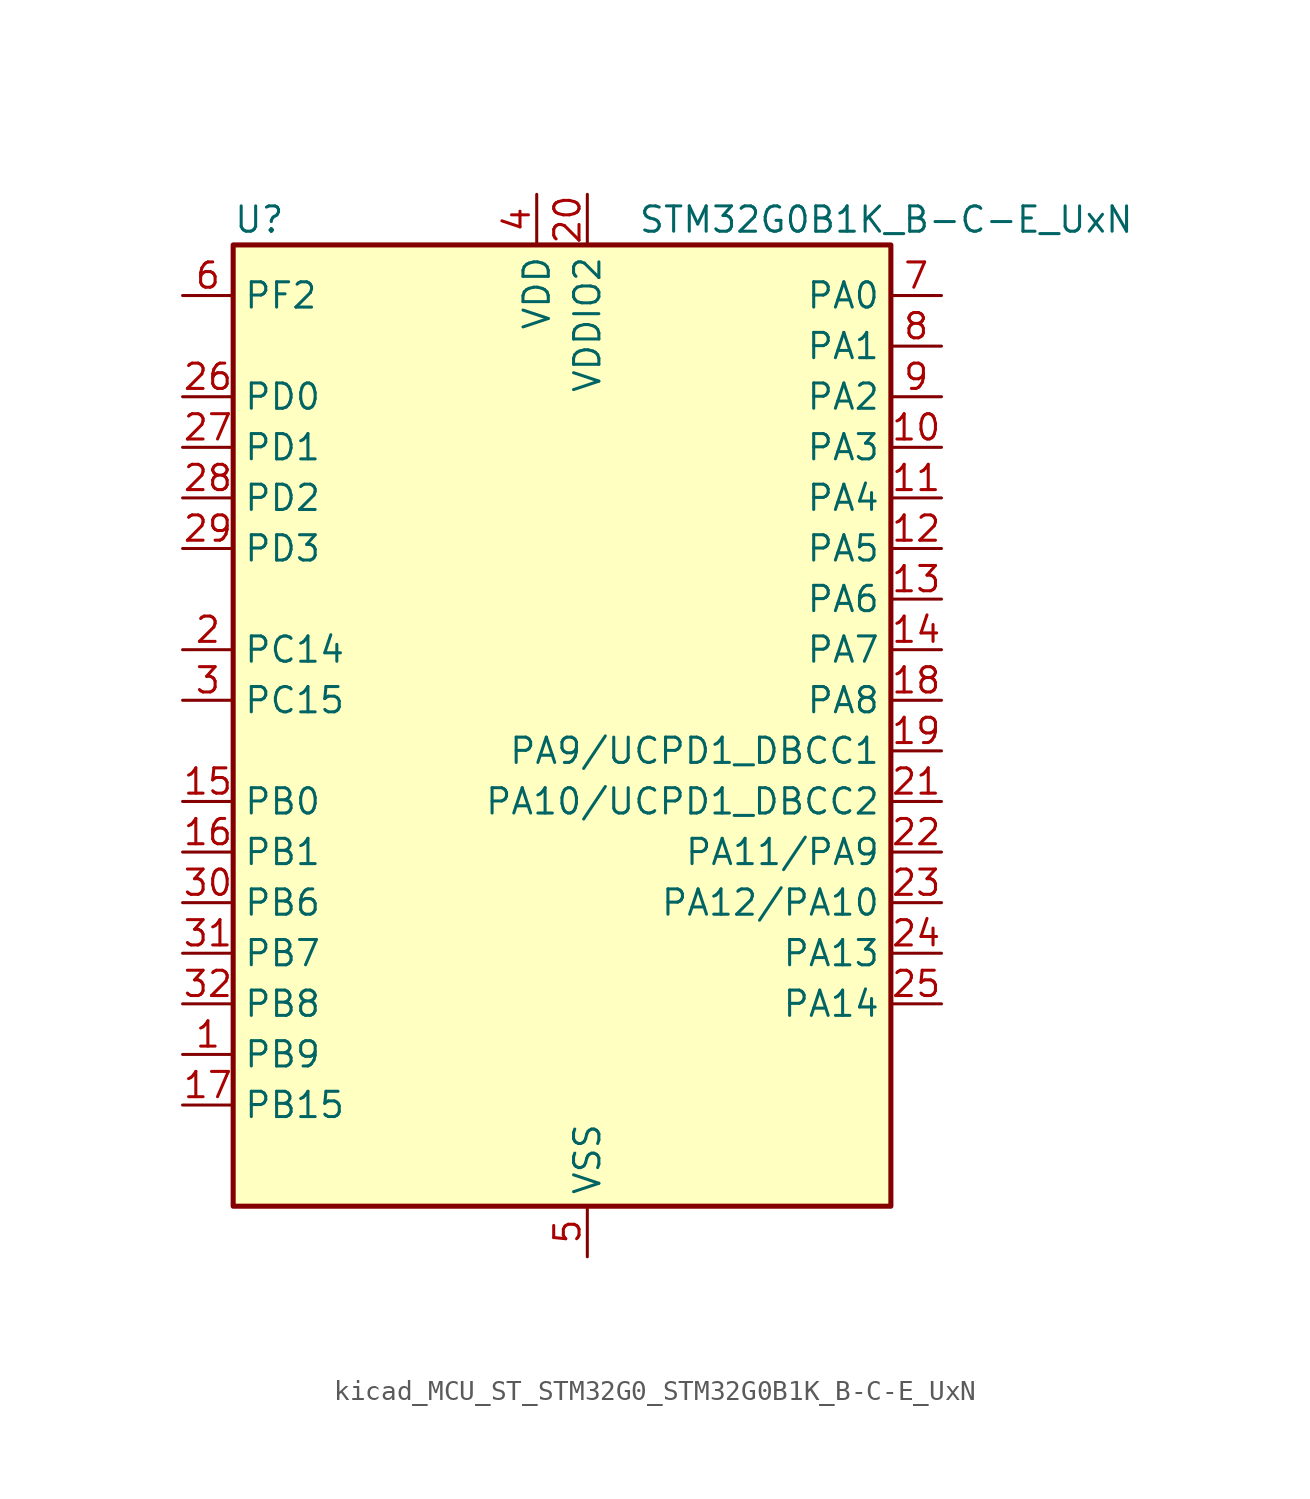
<source format=kicad_sym>
(kicad_symbol_lib
  (version 20220914)
  (generator kicad_symbol_editor)
  (symbol "kicad_MCU_ST_STM32G0_STM32G0B1K_B-C-E_UxN"
    (property "Reference" "U"
      (at -15.24 26.67 0)
      (effects (font (size 1.27 1.27)) (justify left)))
    (property "Value" "STM32G0B1K_B-C-E_UxN"
      (at 5.08 26.67 0)
      (effects (font (size 1.27 1.27)) (justify left)))
    (property "ki_locked" ""
      (at 0 0 0)
      (effects (font (size 1.27 1.27))))
    (symbol "kicad_MCU_ST_STM32G0_STM32G0B1K_B-C-E_UxN_0_1"
      (rectangle (start -15.24 -22.86) (end 17.78 25.4) (stroke (width 0.254) (type default)) (fill (type background))))
    (symbol "kicad_MCU_ST_STM32G0_STM32G0B1K_B-C-E_UxN_1_1"
      (pin bidirectional line (at -17.78 -15.24 0) (length 2.54) (name "PB9" (effects (font (size 1.27 1.27)))) (number "1" (effects (font (size 1.27 1.27)))) (alternate "DAC1_EXTI9" bidirectional line) (alternate "FDCAN1_TX" bidirectional line) (alternate "I2C1_SDA" bidirectional line) (alternate "I2S2_WS" bidirectional line) (alternate "IR_OUT" bidirectional line) (alternate "SPI2_NSS" bidirectional line) (alternate "TIM17_CH1" bidirectional line) (alternate "TIM4_CH4" bidirectional line) (alternate "UCPD2_FRSTX1" bidirectional line) (alternate "UCPD2_FRSTX2" bidirectional line) (alternate "USART3_RX" bidirectional line) (alternate "USART6_RX" bidirectional line))
      (pin bidirectional line (at 20.32 15.24 180) (length 2.54) (name "PA3" (effects (font (size 1.27 1.27)))) (number "10" (effects (font (size 1.27 1.27)))) (alternate "ADC1_IN3" bidirectional line) (alternate "COMP2_INP" bidirectional line) (alternate "I2S2_MCK" bidirectional line) (alternate "LPUART1_RX" bidirectional line) (alternate "SPI2_MISO" bidirectional line) (alternate "TIM15_CH2" bidirectional line) (alternate "TIM2_CH4" bidirectional line) (alternate "UCPD2_FRSTX1" bidirectional line) (alternate "UCPD2_FRSTX2" bidirectional line) (alternate "USART2_RX" bidirectional line))
      (pin bidirectional line (at 20.32 12.7 180) (length 2.54) (name "PA4" (effects (font (size 1.27 1.27)))) (number "11" (effects (font (size 1.27 1.27)))) (alternate "ADC1_IN4" bidirectional line) (alternate "DAC1_OUT1" bidirectional line) (alternate "I2S1_WS" bidirectional line) (alternate "I2S2_SD" bidirectional line) (alternate "LPTIM2_OUT" bidirectional line) (alternate "RTC_OUT1" bidirectional line) (alternate "RTC_TAMP_IN1" bidirectional line) (alternate "RTC_TS" bidirectional line) (alternate "SPI1_NSS" bidirectional line) (alternate "SPI2_MOSI" bidirectional line) (alternate "SYS_WKUP2" bidirectional line) (alternate "TIM14_CH1" bidirectional line) (alternate "UCPD2_FRSTX1" bidirectional line) (alternate "UCPD2_FRSTX2" bidirectional line) (alternate "USART6_TX" bidirectional line) (alternate "USB_NOE" bidirectional line))
      (pin bidirectional line (at 20.32 10.16 180) (length 2.54) (name "PA5" (effects (font (size 1.27 1.27)))) (number "12" (effects (font (size 1.27 1.27)))) (alternate "ADC1_IN5" bidirectional line) (alternate "CEC" bidirectional line) (alternate "DAC1_OUT2" bidirectional line) (alternate "I2S1_CK" bidirectional line) (alternate "LPTIM2_ETR" bidirectional line) (alternate "SPI1_SCK" bidirectional line) (alternate "TIM2_CH1" bidirectional line) (alternate "TIM2_ETR" bidirectional line) (alternate "UCPD1_FRSTX1" bidirectional line) (alternate "UCPD1_FRSTX2" bidirectional line) (alternate "USART3_TX" bidirectional line) (alternate "USART6_RX" bidirectional line))
      (pin bidirectional line (at 20.32 7.62 180) (length 2.54) (name "PA6" (effects (font (size 1.27 1.27)))) (number "13" (effects (font (size 1.27 1.27)))) (alternate "ADC1_IN6" bidirectional line) (alternate "COMP1_OUT" bidirectional line) (alternate "I2C2_SDA" bidirectional line) (alternate "I2C3_SDA" bidirectional line) (alternate "I2S1_MCK" bidirectional line) (alternate "LPUART1_CTS" bidirectional line) (alternate "SPI1_MISO" bidirectional line) (alternate "TIM16_CH1" bidirectional line) (alternate "TIM1_BK" bidirectional line) (alternate "TIM3_CH1" bidirectional line) (alternate "USART3_CTS" bidirectional line) (alternate "USART3_NSS" bidirectional line) (alternate "USART6_CTS" bidirectional line) (alternate "USART6_NSS" bidirectional line))
      (pin bidirectional line (at 20.32 5.08 180) (length 2.54) (name "PA7" (effects (font (size 1.27 1.27)))) (number "14" (effects (font (size 1.27 1.27)))) (alternate "ADC1_IN7" bidirectional line) (alternate "COMP2_OUT" bidirectional line) (alternate "I2C2_SCL" bidirectional line) (alternate "I2C3_SCL" bidirectional line) (alternate "I2S1_SD" bidirectional line) (alternate "SPI1_MOSI" bidirectional line) (alternate "TIM14_CH1" bidirectional line) (alternate "TIM17_CH1" bidirectional line) (alternate "TIM1_CH1N" bidirectional line) (alternate "TIM3_CH2" bidirectional line) (alternate "UCPD1_FRSTX1" bidirectional line) (alternate "UCPD1_FRSTX2" bidirectional line) (alternate "USART6_CK" bidirectional line) (alternate "USART6_DE" bidirectional line) (alternate "USART6_RTS" bidirectional line))
      (pin bidirectional line (at -17.78 -2.54 0) (length 2.54) (name "PB0" (effects (font (size 1.27 1.27)))) (number "15" (effects (font (size 1.27 1.27)))) (alternate "ADC1_IN8" bidirectional line) (alternate "COMP1_OUT" bidirectional line) (alternate "COMP3_INP" bidirectional line) (alternate "FDCAN2_RX" bidirectional line) (alternate "I2S1_WS" bidirectional line) (alternate "LPTIM1_OUT" bidirectional line) (alternate "LPUART2_CTS" bidirectional line) (alternate "SPI1_NSS" bidirectional line) (alternate "TIM1_CH2N" bidirectional line) (alternate "TIM3_CH3" bidirectional line) (alternate "UCPD1_FRSTX1" bidirectional line) (alternate "UCPD1_FRSTX2" bidirectional line) (alternate "USART3_RX" bidirectional line) (alternate "USART5_TX" bidirectional line))
      (pin bidirectional line (at -17.78 -5.08 0) (length 2.54) (name "PB1" (effects (font (size 1.27 1.27)))) (number "16" (effects (font (size 1.27 1.27)))) (alternate "ADC1_IN9" bidirectional line) (alternate "COMP1_INM" bidirectional line) (alternate "COMP3_OUT" bidirectional line) (alternate "FDCAN2_TX" bidirectional line) (alternate "LPTIM2_IN1" bidirectional line) (alternate "LPUART1_DE" bidirectional line) (alternate "LPUART1_RTS" bidirectional line) (alternate "LPUART2_DE" bidirectional line) (alternate "LPUART2_RTS" bidirectional line) (alternate "TIM14_CH1" bidirectional line) (alternate "TIM1_CH3N" bidirectional line) (alternate "TIM3_CH4" bidirectional line) (alternate "USART3_CK" bidirectional line) (alternate "USART3_DE" bidirectional line) (alternate "USART3_RTS" bidirectional line) (alternate "USART5_RX" bidirectional line))
      (pin bidirectional line (at -17.78 -17.78 0) (length 2.54) (name "PB15" (effects (font (size 1.27 1.27)))) (number "17" (effects (font (size 1.27 1.27)))) (alternate "I2S2_SD" bidirectional line) (alternate "RTC_REFIN" bidirectional line) (alternate "SPI2_MOSI" bidirectional line) (alternate "TIM15_CH1N" bidirectional line) (alternate "TIM15_CH2" bidirectional line) (alternate "TIM1_CH3N" bidirectional line) (alternate "UCPD1_CC2" bidirectional line) (alternate "USART6_CTS" bidirectional line) (alternate "USART6_NSS" bidirectional line))
      (pin bidirectional line (at 20.32 2.54 180) (length 2.54) (name "PA8" (effects (font (size 1.27 1.27)))) (number "18" (effects (font (size 1.27 1.27)))) (alternate "CRS1_SYNC" bidirectional line) (alternate "I2C2_SMBA" bidirectional line) (alternate "I2S2_WS" bidirectional line) (alternate "LPTIM2_OUT" bidirectional line) (alternate "RCC_MCO" bidirectional line) (alternate "SPI2_NSS" bidirectional line) (alternate "TIM1_CH1" bidirectional line) (alternate "UCPD1_CC1" bidirectional line))
      (pin bidirectional line (at 20.32 0 180) (length 2.54) (name "PA9/UCPD1_DBCC1" (effects (font (size 1.27 1.27)))) (number "19" (effects (font (size 1.27 1.27)))) (alternate "DAC1_EXTI9" bidirectional line) (alternate "I2C1_SCL" bidirectional line) (alternate "I2C2_SCL" bidirectional line) (alternate "I2S2_MCK" bidirectional line) (alternate "RCC_MCO" bidirectional line) (alternate "SPI2_MISO" bidirectional line) (alternate "TIM15_BK" bidirectional line) (alternate "TIM1_CH2" bidirectional line) (alternate "UCPD1_DBCC1" bidirectional line) (alternate "USART1_TX" bidirectional line))
      (pin bidirectional line (at -17.78 5.08 0) (length 2.54) (name "PC14" (effects (font (size 1.27 1.27)))) (number "2" (effects (font (size 1.27 1.27)))) (alternate "RCC_OSC32_IN" bidirectional line) (alternate "RCC_OSC_IN" bidirectional line) (alternate "TIM1_BK2" bidirectional line))
      (pin power_in line (at 2.54 27.94 270) (length 2.54) (name "VDDIO2" (effects (font (size 1.27 1.27)))) (number "20" (effects (font (size 1.27 1.27)))))
      (pin bidirectional line (at 20.32 -2.54 180) (length 2.54) (name "PA10/UCPD1_DBCC2" (effects (font (size 1.27 1.27)))) (number "21" (effects (font (size 1.27 1.27)))) (alternate "I2C1_SDA" bidirectional line) (alternate "I2C2_SDA" bidirectional line) (alternate "I2S2_SD" bidirectional line) (alternate "RCC_MCO_2" bidirectional line) (alternate "SPI2_MOSI" bidirectional line) (alternate "TIM17_BK" bidirectional line) (alternate "TIM1_CH3" bidirectional line) (alternate "UCPD1_DBCC2" bidirectional line) (alternate "USART1_RX" bidirectional line))
      (pin bidirectional line (at 20.32 -5.08 180) (length 2.54) (name "PA11/PA9" (effects (font (size 1.27 1.27)))) (number "22" (effects (font (size 1.27 1.27)))) (alternate "ADC1_EXTI11" bidirectional line) (alternate "COMP1_OUT" bidirectional line) (alternate "FDCAN1_RX" bidirectional line) (alternate "I2C2_SCL" bidirectional line) (alternate "I2S1_MCK" bidirectional line) (alternate "SPI1_MISO" bidirectional line) (alternate "TIM1_BK2" bidirectional line) (alternate "TIM1_CH4" bidirectional line) (alternate "USART1_CTS" bidirectional line) (alternate "USART1_NSS" bidirectional line) (alternate "USB_DM" bidirectional line))
      (pin bidirectional line (at 20.32 -7.62 180) (length 2.54) (name "PA12/PA10" (effects (font (size 1.27 1.27)))) (number "23" (effects (font (size 1.27 1.27)))) (alternate "COMP2_OUT" bidirectional line) (alternate "FDCAN1_TX" bidirectional line) (alternate "I2C2_SDA" bidirectional line) (alternate "I2S1_SD" bidirectional line) (alternate "I2S_CKIN" bidirectional line) (alternate "SPI1_MOSI" bidirectional line) (alternate "TIM1_ETR" bidirectional line) (alternate "USART1_CK" bidirectional line) (alternate "USART1_DE" bidirectional line) (alternate "USART1_RTS" bidirectional line) (alternate "USB_DP" bidirectional line))
      (pin bidirectional line (at 20.32 -10.16 180) (length 2.54) (name "PA13" (effects (font (size 1.27 1.27)))) (number "24" (effects (font (size 1.27 1.27)))) (alternate "IR_OUT" bidirectional line) (alternate "LPUART2_RX" bidirectional line) (alternate "SYS_SWDIO" bidirectional line) (alternate "USB_NOE" bidirectional line))
      (pin bidirectional line (at 20.32 -12.7 180) (length 2.54) (name "PA14" (effects (font (size 1.27 1.27)))) (number "25" (effects (font (size 1.27 1.27)))) (alternate "LPUART2_TX" bidirectional line) (alternate "SYS_SWCLK" bidirectional line) (alternate "USART2_TX" bidirectional line))
      (pin bidirectional line (at -17.78 17.78 0) (length 2.54) (name "PD0" (effects (font (size 1.27 1.27)))) (number "26" (effects (font (size 1.27 1.27)))) (alternate "FDCAN1_RX" bidirectional line) (alternate "I2S2_WS" bidirectional line) (alternate "SPI2_NSS" bidirectional line) (alternate "TIM16_CH1" bidirectional line) (alternate "UCPD2_CC1" bidirectional line))
      (pin bidirectional line (at -17.78 15.24 0) (length 2.54) (name "PD1" (effects (font (size 1.27 1.27)))) (number "27" (effects (font (size 1.27 1.27)))) (alternate "FDCAN1_TX" bidirectional line) (alternate "I2S2_CK" bidirectional line) (alternate "SPI2_SCK" bidirectional line) (alternate "TIM17_CH1" bidirectional line) (alternate "UCPD2_DBCC1" bidirectional line))
      (pin bidirectional line (at -17.78 12.7 0) (length 2.54) (name "PD2" (effects (font (size 1.27 1.27)))) (number "28" (effects (font (size 1.27 1.27)))) (alternate "TIM1_CH1N" bidirectional line) (alternate "TIM3_ETR" bidirectional line) (alternate "UCPD2_CC2" bidirectional line) (alternate "USART3_CK" bidirectional line) (alternate "USART3_DE" bidirectional line) (alternate "USART3_RTS" bidirectional line) (alternate "USART5_RX" bidirectional line))
      (pin bidirectional line (at -17.78 10.16 0) (length 2.54) (name "PD3" (effects (font (size 1.27 1.27)))) (number "29" (effects (font (size 1.27 1.27)))) (alternate "I2S2_MCK" bidirectional line) (alternate "SPI2_MISO" bidirectional line) (alternate "TIM1_CH2N" bidirectional line) (alternate "UCPD2_DBCC2" bidirectional line) (alternate "USART2_CTS" bidirectional line) (alternate "USART2_NSS" bidirectional line) (alternate "USART5_TX" bidirectional line))
      (pin bidirectional line (at -17.78 2.54 0) (length 2.54) (name "PC15" (effects (font (size 1.27 1.27)))) (number "3" (effects (font (size 1.27 1.27)))) (alternate "RCC_OSC32_EN" bidirectional line) (alternate "RCC_OSC32_OUT" bidirectional line) (alternate "RCC_OSC_EN" bidirectional line) (alternate "TIM15_BK" bidirectional line))
      (pin bidirectional line (at -17.78 -7.62 0) (length 2.54) (name "PB6" (effects (font (size 1.27 1.27)))) (number "30" (effects (font (size 1.27 1.27)))) (alternate "COMP2_INP" bidirectional line) (alternate "FDCAN2_TX" bidirectional line) (alternate "I2C1_SCL" bidirectional line) (alternate "I2S2_MCK" bidirectional line) (alternate "LPTIM1_ETR" bidirectional line) (alternate "LPUART2_TX" bidirectional line) (alternate "SPI2_MISO" bidirectional line) (alternate "TIM16_CH1N" bidirectional line) (alternate "TIM1_CH3" bidirectional line) (alternate "TIM4_CH1" bidirectional line) (alternate "USART1_TX" bidirectional line) (alternate "USART5_CTS" bidirectional line) (alternate "USART5_NSS" bidirectional line))
      (pin bidirectional line (at -17.78 -10.16 0) (length 2.54) (name "PB7" (effects (font (size 1.27 1.27)))) (number "31" (effects (font (size 1.27 1.27)))) (alternate "COMP2_INM" bidirectional line) (alternate "I2C1_SDA" bidirectional line) (alternate "I2S2_SD" bidirectional line) (alternate "LPTIM1_IN2" bidirectional line) (alternate "LPUART2_RX" bidirectional line) (alternate "SPI2_MOSI" bidirectional line) (alternate "SYS_PVD_IN" bidirectional line) (alternate "TIM17_CH1N" bidirectional line) (alternate "TIM4_CH2" bidirectional line) (alternate "USART1_RX" bidirectional line) (alternate "USART4_CTS" bidirectional line) (alternate "USART4_NSS" bidirectional line))
      (pin bidirectional line (at -17.78 -12.7 0) (length 2.54) (name "PB8" (effects (font (size 1.27 1.27)))) (number "32" (effects (font (size 1.27 1.27)))) (alternate "CEC" bidirectional line) (alternate "FDCAN1_RX" bidirectional line) (alternate "I2C1_SCL" bidirectional line) (alternate "I2S2_CK" bidirectional line) (alternate "SPI2_SCK" bidirectional line) (alternate "TIM15_BK" bidirectional line) (alternate "TIM16_CH1" bidirectional line) (alternate "TIM4_CH3" bidirectional line) (alternate "USART3_TX" bidirectional line) (alternate "USART6_TX" bidirectional line))
      (pin passive line (at 2.54 -25.4 90) (length 2.54) hide (name "VSS" (effects (font (size 1.27 1.27)))) (number "33" (effects (font (size 1.27 1.27)))))
      (pin power_in line (at 0 27.94 270) (length 2.54) (name "VDD" (effects (font (size 1.27 1.27)))) (number "4" (effects (font (size 1.27 1.27)))))
      (pin power_in line (at 2.54 -25.4 90) (length 2.54) (name "VSS" (effects (font (size 1.27 1.27)))) (number "5" (effects (font (size 1.27 1.27)))))
      (pin bidirectional line (at -17.78 22.86 0) (length 2.54) (name "PF2" (effects (font (size 1.27 1.27)))) (number "6" (effects (font (size 1.27 1.27)))) (alternate "LPUART2_DE" bidirectional line) (alternate "LPUART2_RTS" bidirectional line) (alternate "LPUART2_TX" bidirectional line) (alternate "RCC_MCO" bidirectional line))
      (pin bidirectional line (at 20.32 22.86 180) (length 2.54) (name "PA0" (effects (font (size 1.27 1.27)))) (number "7" (effects (font (size 1.27 1.27)))) (alternate "ADC1_IN0" bidirectional line) (alternate "COMP1_INM" bidirectional line) (alternate "COMP1_OUT" bidirectional line) (alternate "I2S2_CK" bidirectional line) (alternate "LPTIM1_OUT" bidirectional line) (alternate "RTC_TAMP_IN2" bidirectional line) (alternate "SPI2_SCK" bidirectional line) (alternate "SYS_WKUP1" bidirectional line) (alternate "TIM2_CH1" bidirectional line) (alternate "TIM2_ETR" bidirectional line) (alternate "UCPD2_FRSTX1" bidirectional line) (alternate "UCPD2_FRSTX2" bidirectional line) (alternate "USART2_CTS" bidirectional line) (alternate "USART2_NSS" bidirectional line) (alternate "USART4_TX" bidirectional line))
      (pin bidirectional line (at 20.32 20.32 180) (length 2.54) (name "PA1" (effects (font (size 1.27 1.27)))) (number "8" (effects (font (size 1.27 1.27)))) (alternate "ADC1_IN1" bidirectional line) (alternate "COMP1_INP" bidirectional line) (alternate "I2C1_SMBA" bidirectional line) (alternate "I2S1_CK" bidirectional line) (alternate "SPI1_SCK" bidirectional line) (alternate "TIM15_CH1N" bidirectional line) (alternate "TIM2_CH2" bidirectional line) (alternate "USART2_CK" bidirectional line) (alternate "USART2_DE" bidirectional line) (alternate "USART2_RTS" bidirectional line) (alternate "USART4_RX" bidirectional line))
      (pin bidirectional line (at 20.32 17.78 180) (length 2.54) (name "PA2" (effects (font (size 1.27 1.27)))) (number "9" (effects (font (size 1.27 1.27)))) (alternate "ADC1_IN2" bidirectional line) (alternate "COMP2_INM" bidirectional line) (alternate "COMP2_OUT" bidirectional line) (alternate "I2S1_SD" bidirectional line) (alternate "LPUART1_TX" bidirectional line) (alternate "RCC_LSCO" bidirectional line) (alternate "SPI1_MOSI" bidirectional line) (alternate "SYS_WKUP4" bidirectional line) (alternate "TIM15_CH1" bidirectional line) (alternate "TIM2_CH3" bidirectional line) (alternate "UCPD1_FRSTX1" bidirectional line) (alternate "UCPD1_FRSTX2" bidirectional line) (alternate "USART2_TX" bidirectional line)))))
</source>
